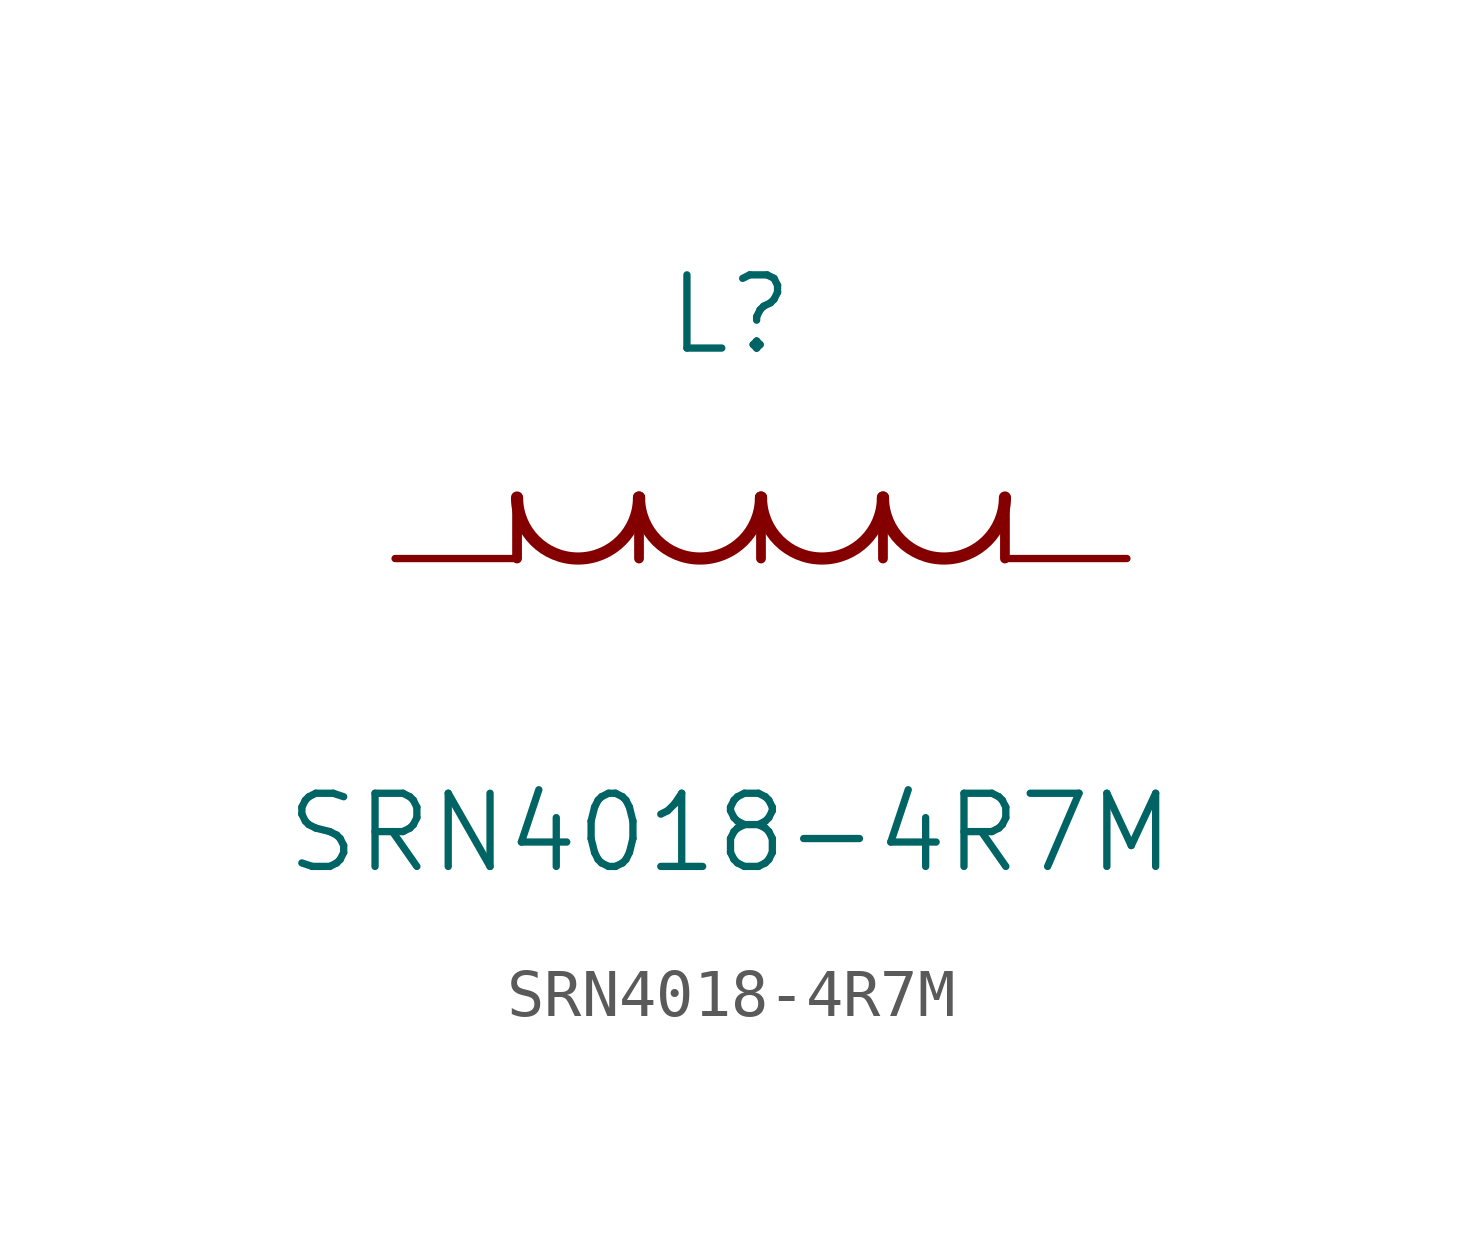
<source format=kicad_sym>
(kicad_symbol_lib
  (version 20220914)
  (generator kicad_symbol_editor)
  (symbol "SRN4018-4R7M"
    (pin_numbers hide)
    (pin_names
      (offset 1.651) hide)
    (property "Reference" "L"
      (at 6.985 5.08 0)
      (effects (font (size 1.524 1.524))))
    (property "Value" "SRN4018-4R7M"
      (at 6.985 -5.715 0)
      (effects (font (size 1.524 1.524))))
    (property "Datasheet" ""
      (at 0 0 0)
      (effects (font (size 1.524 1.524))))
    (property "ki_locked" ""
      (at 0 0 0)
      (effects (font (size 1.27 1.27))))
    (symbol "SRN4018-4R7M_1_1"
      (polyline (pts (xy 2.54 0) (xy 2.54 1.27)) (stroke (width 0.203) (type solid)) (fill (type none)))
      (polyline (pts (xy 5.08 0) (xy 5.08 1.27)) (stroke (width 0.203) (type solid)) (fill (type none)))
      (polyline (pts (xy 7.62 0) (xy 7.62 1.27)) (stroke (width 0.203) (type solid)) (fill (type none)))
      (polyline (pts (xy 10.16 0) (xy 10.16 1.27)) (stroke (width 0.203) (type solid)) (fill (type none)))
      (polyline (pts (xy 12.7 0) (xy 12.7 1.27)) (stroke (width 0.203) (type solid)) (fill (type none)))
      (arc (start 2.54 1.27) (mid 3.81 0.0055) (end 5.08 1.27) (stroke (width 0.254) (type solid)) (fill (type none)))
      (arc (start 5.08 1.27) (mid 6.35 0.0055) (end 7.62 1.27) (stroke (width 0.254) (type solid)) (fill (type none)))
      (arc (start 7.62 1.27) (mid 8.89 0.0055) (end 10.16 1.27) (stroke (width 0.254) (type solid)) (fill (type none)))
      (arc (start 10.16 1.27) (mid 11.43 0.0055) (end 12.7 1.27) (stroke (width 0.254) (type solid)) (fill (type none)))
      (pin unspecified line (at 15.24 0 180) (length 2.54) (name "1" (effects (font (size 1.499 1.499)))) (number "1" (effects (font (size 1.499 1.499)))))
      (pin unspecified line (at 0 0 0) (length 2.54) (name "2" (effects (font (size 1.499 1.499)))) (number "2" (effects (font (size 1.499 1.499))))))))
</source>
